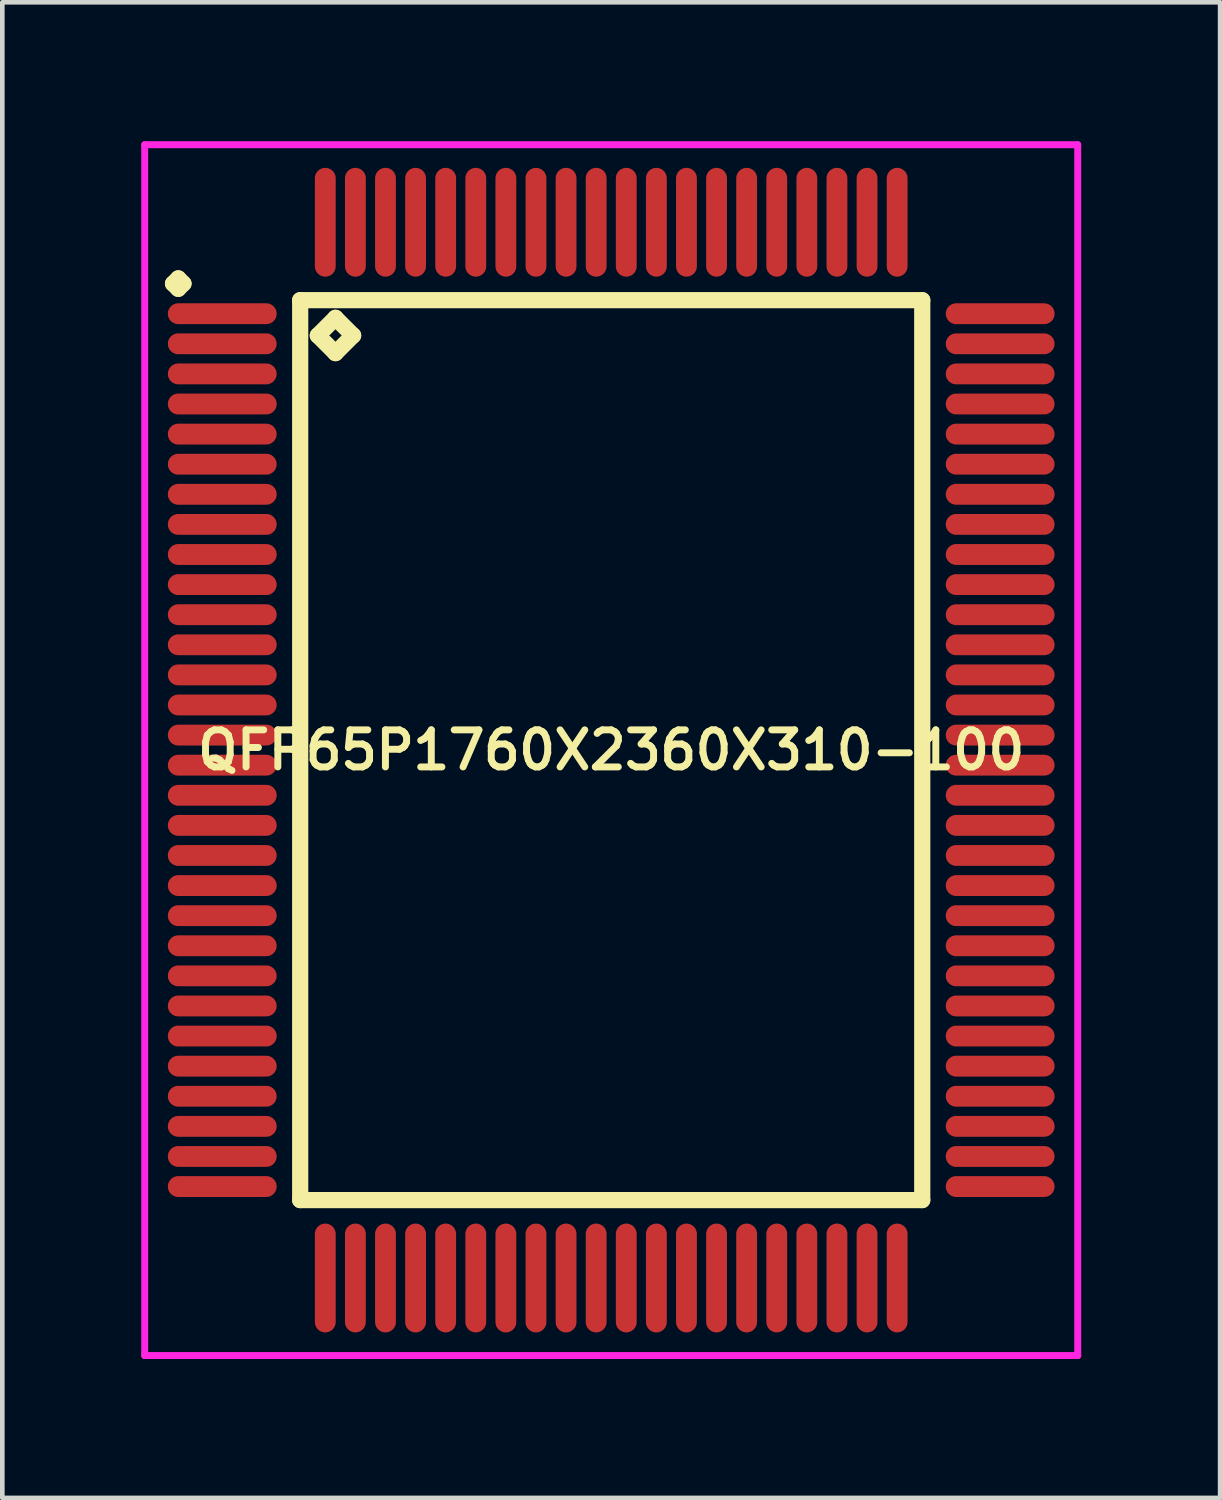
<source format=kicad_pcb>
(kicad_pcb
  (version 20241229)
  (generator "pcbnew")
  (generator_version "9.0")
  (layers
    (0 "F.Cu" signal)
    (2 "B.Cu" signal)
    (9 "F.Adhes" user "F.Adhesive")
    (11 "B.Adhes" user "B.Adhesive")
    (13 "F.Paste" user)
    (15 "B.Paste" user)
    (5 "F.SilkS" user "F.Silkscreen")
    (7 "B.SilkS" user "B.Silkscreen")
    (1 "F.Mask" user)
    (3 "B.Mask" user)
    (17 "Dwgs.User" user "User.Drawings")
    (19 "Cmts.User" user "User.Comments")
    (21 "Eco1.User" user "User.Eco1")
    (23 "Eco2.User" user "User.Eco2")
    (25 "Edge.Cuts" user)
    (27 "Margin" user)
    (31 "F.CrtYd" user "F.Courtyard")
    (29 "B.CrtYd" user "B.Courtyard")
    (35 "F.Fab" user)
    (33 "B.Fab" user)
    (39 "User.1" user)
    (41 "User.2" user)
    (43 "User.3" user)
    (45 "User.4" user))
  (footprint "QFP65P1760X2360X310-100"
    (layer "F.Cu")
    (at 10.15 13.15)
    (property "Reference" "QFP65P1760X2360X310-100" (at 0 0 0) (layer "F.SilkS") (effects (font (size 0.8 0.8) (thickness 0.15))))
    (attr smd)
    (fp_line (start -9.463 -10.075) (end -9.35 -10.188) (stroke (width 0.35) (type solid)) (layer "F.SilkS"))
    (fp_line (start -9.35 -10.188) (end -9.238 -10.075) (stroke (width 0.35) (type solid)) (layer "F.SilkS"))
    (fp_line (start -9.35 -9.963) (end -9.463 -10.075) (stroke (width 0.35) (type solid)) (layer "F.SilkS"))
    (fp_line (start -9.238 -10.075) (end -9.35 -9.963) (stroke (width 0.35) (type solid)) (layer "F.SilkS"))
    (fp_line (start -6.717 -9.717) (end -6.717 9.717) (stroke (width 0.35) (type solid)) (layer "F.SilkS"))
    (fp_line (start -6.717 9.717) (end 6.717 9.717) (stroke (width 0.35) (type solid)) (layer "F.SilkS"))
    (fp_line (start -6.336 -8.955) (end -5.955 -9.336) (stroke (width 0.35) (type solid)) (layer "F.SilkS"))
    (fp_line (start -5.955 -9.336) (end -5.574 -8.955) (stroke (width 0.35) (type solid)) (layer "F.SilkS"))
    (fp_line (start -5.955 -8.574) (end -6.336 -8.955) (stroke (width 0.35) (type solid)) (layer "F.SilkS"))
    (fp_line (start -5.574 -8.955) (end -5.955 -8.574) (stroke (width 0.35) (type solid)) (layer "F.SilkS"))
    (fp_line (start 6.717 -9.717) (end -6.717 -9.717) (stroke (width 0.35) (type solid)) (layer "F.SilkS"))
    (fp_line (start 6.717 9.717) (end 6.717 -9.717) (stroke (width 0.35) (type solid)) (layer "F.SilkS"))
    (fp_line (start -10.075 -13.075) (end 10.075 -13.075) (stroke (width 0.15) (type solid)) (layer "F.CrtYd"))
    (fp_line (start -10.075 13.075) (end -10.075 -13.075) (stroke (width 0.15) (type solid)) (layer "F.CrtYd"))
    (fp_line (start 10.075 -13.075) (end 10.075 13.075) (stroke (width 0.15) (type solid)) (layer "F.CrtYd"))
    (fp_line (start 10.075 13.075) (end -10.075 13.075) (stroke (width 0.15) (type solid)) (layer "F.CrtYd"))
    (pad "1" smd oval (at -8.4 -9.425) (size 2.35 0.45) (layers "F.Cu" "F.Mask" "F.Paste"))
    (pad "2" smd oval (at -8.4 -8.775) (size 2.35 0.45) (layers "F.Cu" "F.Mask" "F.Paste"))
    (pad "3" smd oval (at -8.4 -8.125) (size 2.35 0.45) (layers "F.Cu" "F.Mask" "F.Paste"))
    (pad "4" smd oval (at -8.4 -7.475) (size 2.35 0.45) (layers "F.Cu" "F.Mask" "F.Paste"))
    (pad "5" smd oval (at -8.4 -6.825) (size 2.35 0.45) (layers "F.Cu" "F.Mask" "F.Paste"))
    (pad "6" smd oval (at -8.4 -6.175) (size 2.35 0.45) (layers "F.Cu" "F.Mask" "F.Paste"))
    (pad "7" smd oval (at -8.4 -5.525) (size 2.35 0.45) (layers "F.Cu" "F.Mask" "F.Paste"))
    (pad "8" smd oval (at -8.4 -4.875) (size 2.35 0.45) (layers "F.Cu" "F.Mask" "F.Paste"))
    (pad "9" smd oval (at -8.4 -4.225) (size 2.35 0.45) (layers "F.Cu" "F.Mask" "F.Paste"))
    (pad "10" smd oval (at -8.4 -3.575) (size 2.35 0.45) (layers "F.Cu" "F.Mask" "F.Paste"))
    (pad "11" smd oval (at -8.4 -2.925) (size 2.35 0.45) (layers "F.Cu" "F.Mask" "F.Paste"))
    (pad "12" smd oval (at -8.4 -2.275) (size 2.35 0.45) (layers "F.Cu" "F.Mask" "F.Paste"))
    (pad "13" smd oval (at -8.4 -1.625) (size 2.35 0.45) (layers "F.Cu" "F.Mask" "F.Paste"))
    (pad "14" smd oval (at -8.4 -0.975) (size 2.35 0.45) (layers "F.Cu" "F.Mask" "F.Paste"))
    (pad "15" smd oval (at -8.4 -0.325) (size 2.35 0.45) (layers "F.Cu" "F.Mask" "F.Paste"))
    (pad "16" smd oval (at -8.4 0.325) (size 2.35 0.45) (layers "F.Cu" "F.Mask" "F.Paste"))
    (pad "17" smd oval (at -8.4 0.975) (size 2.35 0.45) (layers "F.Cu" "F.Mask" "F.Paste"))
    (pad "18" smd oval (at -8.4 1.625) (size 2.35 0.45) (layers "F.Cu" "F.Mask" "F.Paste"))
    (pad "19" smd oval (at -8.4 2.275) (size 2.35 0.45) (layers "F.Cu" "F.Mask" "F.Paste"))
    (pad "20" smd oval (at -8.4 2.925) (size 2.35 0.45) (layers "F.Cu" "F.Mask" "F.Paste"))
    (pad "21" smd oval (at -8.4 3.575) (size 2.35 0.45) (layers "F.Cu" "F.Mask" "F.Paste"))
    (pad "22" smd oval (at -8.4 4.225) (size 2.35 0.45) (layers "F.Cu" "F.Mask" "F.Paste"))
    (pad "23" smd oval (at -8.4 4.875) (size 2.35 0.45) (layers "F.Cu" "F.Mask" "F.Paste"))
    (pad "24" smd oval (at -8.4 5.525) (size 2.35 0.45) (layers "F.Cu" "F.Mask" "F.Paste"))
    (pad "25" smd oval (at -8.4 6.175) (size 2.35 0.45) (layers "F.Cu" "F.Mask" "F.Paste"))
    (pad "26" smd oval (at -8.4 6.825) (size 2.35 0.45) (layers "F.Cu" "F.Mask" "F.Paste"))
    (pad "27" smd oval (at -8.4 7.475) (size 2.35 0.45) (layers "F.Cu" "F.Mask" "F.Paste"))
    (pad "28" smd oval (at -8.4 8.125) (size 2.35 0.45) (layers "F.Cu" "F.Mask" "F.Paste"))
    (pad "29" smd oval (at -8.4 8.775) (size 2.35 0.45) (layers "F.Cu" "F.Mask" "F.Paste"))
    (pad "30" smd oval (at -8.4 9.425) (size 2.35 0.45) (layers "F.Cu" "F.Mask" "F.Paste"))
    (pad "31" smd oval (at -6.175 11.4) (size 0.45 2.35) (layers "F.Cu" "F.Mask" "F.Paste"))
    (pad "32" smd oval (at -5.525 11.4) (size 0.45 2.35) (layers "F.Cu" "F.Mask" "F.Paste"))
    (pad "33" smd oval (at -4.875 11.4) (size 0.45 2.35) (layers "F.Cu" "F.Mask" "F.Paste"))
    (pad "34" smd oval (at -4.225 11.4) (size 0.45 2.35) (layers "F.Cu" "F.Mask" "F.Paste"))
    (pad "35" smd oval (at -3.575 11.4) (size 0.45 2.35) (layers "F.Cu" "F.Mask" "F.Paste"))
    (pad "36" smd oval (at -2.925 11.4) (size 0.45 2.35) (layers "F.Cu" "F.Mask" "F.Paste"))
    (pad "37" smd oval (at -2.275 11.4) (size 0.45 2.35) (layers "F.Cu" "F.Mask" "F.Paste"))
    (pad "38" smd oval (at -1.625 11.4) (size 0.45 2.35) (layers "F.Cu" "F.Mask" "F.Paste"))
    (pad "39" smd oval (at -0.975 11.4) (size 0.45 2.35) (layers "F.Cu" "F.Mask" "F.Paste"))
    (pad "40" smd oval (at -0.325 11.4) (size 0.45 2.35) (layers "F.Cu" "F.Mask" "F.Paste"))
    (pad "41" smd oval (at 0.325 11.4) (size 0.45 2.35) (layers "F.Cu" "F.Mask" "F.Paste"))
    (pad "42" smd oval (at 0.975 11.4) (size 0.45 2.35) (layers "F.Cu" "F.Mask" "F.Paste"))
    (pad "43" smd oval (at 1.625 11.4) (size 0.45 2.35) (layers "F.Cu" "F.Mask" "F.Paste"))
    (pad "44" smd oval (at 2.275 11.4) (size 0.45 2.35) (layers "F.Cu" "F.Mask" "F.Paste"))
    (pad "45" smd oval (at 2.925 11.4) (size 0.45 2.35) (layers "F.Cu" "F.Mask" "F.Paste"))
    (pad "46" smd oval (at 3.575 11.4) (size 0.45 2.35) (layers "F.Cu" "F.Mask" "F.Paste"))
    (pad "47" smd oval (at 4.225 11.4) (size 0.45 2.35) (layers "F.Cu" "F.Mask" "F.Paste"))
    (pad "48" smd oval (at 4.875 11.4) (size 0.45 2.35) (layers "F.Cu" "F.Mask" "F.Paste"))
    (pad "49" smd oval (at 5.525 11.4) (size 0.45 2.35) (layers "F.Cu" "F.Mask" "F.Paste"))
    (pad "50" smd oval (at 6.175 11.4) (size 0.45 2.35) (layers "F.Cu" "F.Mask" "F.Paste"))
    (pad "51" smd oval (at 8.4 9.425) (size 2.35 0.45) (layers "F.Cu" "F.Mask" "F.Paste"))
    (pad "52" smd oval (at 8.4 8.775) (size 2.35 0.45) (layers "F.Cu" "F.Mask" "F.Paste"))
    (pad "53" smd oval (at 8.4 8.125) (size 2.35 0.45) (layers "F.Cu" "F.Mask" "F.Paste"))
    (pad "54" smd oval (at 8.4 7.475) (size 2.35 0.45) (layers "F.Cu" "F.Mask" "F.Paste"))
    (pad "55" smd oval (at 8.4 6.825) (size 2.35 0.45) (layers "F.Cu" "F.Mask" "F.Paste"))
    (pad "56" smd oval (at 8.4 6.175) (size 2.35 0.45) (layers "F.Cu" "F.Mask" "F.Paste"))
    (pad "57" smd oval (at 8.4 5.525) (size 2.35 0.45) (layers "F.Cu" "F.Mask" "F.Paste"))
    (pad "58" smd oval (at 8.4 4.875) (size 2.35 0.45) (layers "F.Cu" "F.Mask" "F.Paste"))
    (pad "59" smd oval (at 8.4 4.225) (size 2.35 0.45) (layers "F.Cu" "F.Mask" "F.Paste"))
    (pad "60" smd oval (at 8.4 3.575) (size 2.35 0.45) (layers "F.Cu" "F.Mask" "F.Paste"))
    (pad "61" smd oval (at 8.4 2.925) (size 2.35 0.45) (layers "F.Cu" "F.Mask" "F.Paste"))
    (pad "62" smd oval (at 8.4 2.275) (size 2.35 0.45) (layers "F.Cu" "F.Mask" "F.Paste"))
    (pad "63" smd oval (at 8.4 1.625) (size 2.35 0.45) (layers "F.Cu" "F.Mask" "F.Paste"))
    (pad "64" smd oval (at 8.4 0.975) (size 2.35 0.45) (layers "F.Cu" "F.Mask" "F.Paste"))
    (pad "65" smd oval (at 8.4 0.325) (size 2.35 0.45) (layers "F.Cu" "F.Mask" "F.Paste"))
    (pad "66" smd oval (at 8.4 -0.325) (size 2.35 0.45) (layers "F.Cu" "F.Mask" "F.Paste"))
    (pad "67" smd oval (at 8.4 -0.975) (size 2.35 0.45) (layers "F.Cu" "F.Mask" "F.Paste"))
    (pad "68" smd oval (at 8.4 -1.625) (size 2.35 0.45) (layers "F.Cu" "F.Mask" "F.Paste"))
    (pad "69" smd oval (at 8.4 -2.275) (size 2.35 0.45) (layers "F.Cu" "F.Mask" "F.Paste"))
    (pad "70" smd oval (at 8.4 -2.925) (size 2.35 0.45) (layers "F.Cu" "F.Mask" "F.Paste"))
    (pad "71" smd oval (at 8.4 -3.575) (size 2.35 0.45) (layers "F.Cu" "F.Mask" "F.Paste"))
    (pad "72" smd oval (at 8.4 -4.225) (size 2.35 0.45) (layers "F.Cu" "F.Mask" "F.Paste"))
    (pad "73" smd oval (at 8.4 -4.875) (size 2.35 0.45) (layers "F.Cu" "F.Mask" "F.Paste"))
    (pad "74" smd oval (at 8.4 -5.525) (size 2.35 0.45) (layers "F.Cu" "F.Mask" "F.Paste"))
    (pad "75" smd oval (at 8.4 -6.175) (size 2.35 0.45) (layers "F.Cu" "F.Mask" "F.Paste"))
    (pad "76" smd oval (at 8.4 -6.825) (size 2.35 0.45) (layers "F.Cu" "F.Mask" "F.Paste"))
    (pad "77" smd oval (at 8.4 -7.475) (size 2.35 0.45) (layers "F.Cu" "F.Mask" "F.Paste"))
    (pad "78" smd oval (at 8.4 -8.125) (size 2.35 0.45) (layers "F.Cu" "F.Mask" "F.Paste"))
    (pad "79" smd oval (at 8.4 -8.775) (size 2.35 0.45) (layers "F.Cu" "F.Mask" "F.Paste"))
    (pad "80" smd oval (at 8.4 -9.425) (size 2.35 0.45) (layers "F.Cu" "F.Mask" "F.Paste"))
    (pad "81" smd oval (at 6.175 -11.4) (size 0.45 2.35) (layers "F.Cu" "F.Mask" "F.Paste"))
    (pad "82" smd oval (at 5.525 -11.4) (size 0.45 2.35) (layers "F.Cu" "F.Mask" "F.Paste"))
    (pad "83" smd oval (at 4.875 -11.4) (size 0.45 2.35) (layers "F.Cu" "F.Mask" "F.Paste"))
    (pad "84" smd oval (at 4.225 -11.4) (size 0.45 2.35) (layers "F.Cu" "F.Mask" "F.Paste"))
    (pad "85" smd oval (at 3.575 -11.4) (size 0.45 2.35) (layers "F.Cu" "F.Mask" "F.Paste"))
    (pad "86" smd oval (at 2.925 -11.4) (size 0.45 2.35) (layers "F.Cu" "F.Mask" "F.Paste"))
    (pad "87" smd oval (at 2.275 -11.4) (size 0.45 2.35) (layers "F.Cu" "F.Mask" "F.Paste"))
    (pad "88" smd oval (at 1.625 -11.4) (size 0.45 2.35) (layers "F.Cu" "F.Mask" "F.Paste"))
    (pad "89" smd oval (at 0.975 -11.4) (size 0.45 2.35) (layers "F.Cu" "F.Mask" "F.Paste"))
    (pad "90" smd oval (at 0.325 -11.4) (size 0.45 2.35) (layers "F.Cu" "F.Mask" "F.Paste"))
    (pad "91" smd oval (at -0.325 -11.4) (size 0.45 2.35) (layers "F.Cu" "F.Mask" "F.Paste"))
    (pad "92" smd oval (at -0.975 -11.4) (size 0.45 2.35) (layers "F.Cu" "F.Mask" "F.Paste"))
    (pad "93" smd oval (at -1.625 -11.4) (size 0.45 2.35) (layers "F.Cu" "F.Mask" "F.Paste"))
    (pad "94" smd oval (at -2.275 -11.4) (size 0.45 2.35) (layers "F.Cu" "F.Mask" "F.Paste"))
    (pad "95" smd oval (at -2.925 -11.4) (size 0.45 2.35) (layers "F.Cu" "F.Mask" "F.Paste"))
    (pad "96" smd oval (at -3.575 -11.4) (size 0.45 2.35) (layers "F.Cu" "F.Mask" "F.Paste"))
    (pad "97" smd oval (at -4.225 -11.4) (size 0.45 2.35) (layers "F.Cu" "F.Mask" "F.Paste"))
    (pad "98" smd oval (at -4.875 -11.4) (size 0.45 2.35) (layers "F.Cu" "F.Mask" "F.Paste"))
    (pad "99" smd oval (at -5.525 -11.4) (size 0.45 2.35) (layers "F.Cu" "F.Mask" "F.Paste"))
    (pad "100" smd oval (at -6.175 -11.4) (size 0.45 2.35) (layers "F.Cu" "F.Mask" "F.Paste")))
  (gr_rect
    (start -3 -3)
    (end 23.3 29.3)
    (stroke (width 0.1) (type default))
    (fill no)
    (layer "Edge.Cuts")))
</source>
